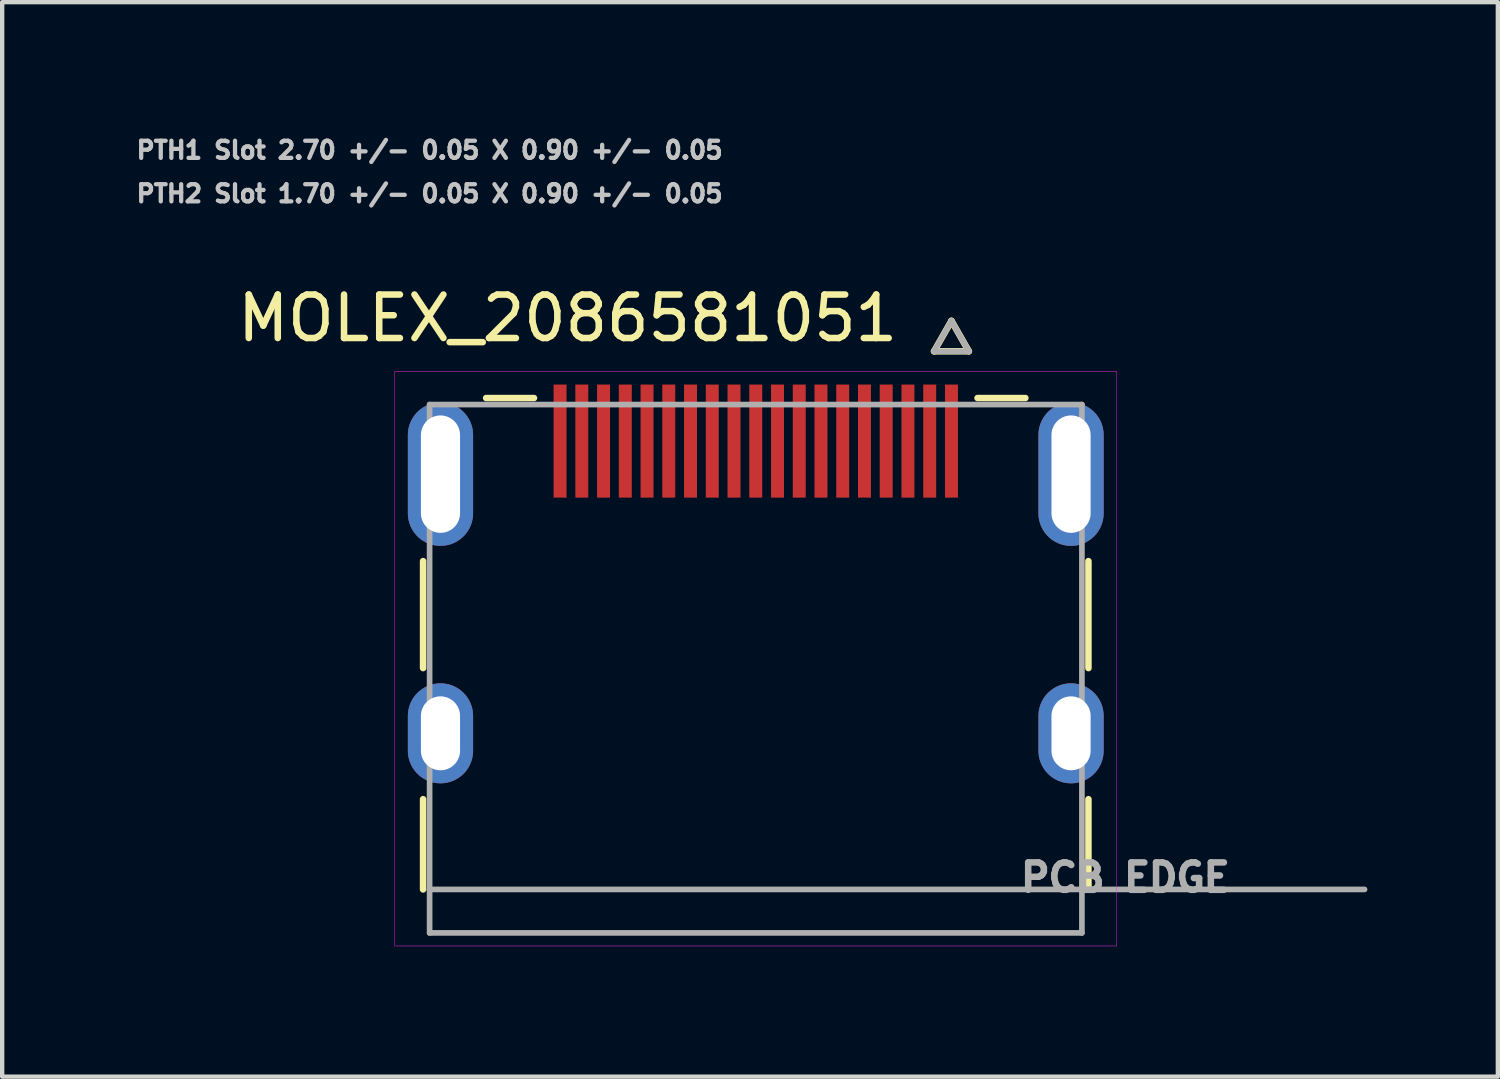
<source format=kicad_pcb>
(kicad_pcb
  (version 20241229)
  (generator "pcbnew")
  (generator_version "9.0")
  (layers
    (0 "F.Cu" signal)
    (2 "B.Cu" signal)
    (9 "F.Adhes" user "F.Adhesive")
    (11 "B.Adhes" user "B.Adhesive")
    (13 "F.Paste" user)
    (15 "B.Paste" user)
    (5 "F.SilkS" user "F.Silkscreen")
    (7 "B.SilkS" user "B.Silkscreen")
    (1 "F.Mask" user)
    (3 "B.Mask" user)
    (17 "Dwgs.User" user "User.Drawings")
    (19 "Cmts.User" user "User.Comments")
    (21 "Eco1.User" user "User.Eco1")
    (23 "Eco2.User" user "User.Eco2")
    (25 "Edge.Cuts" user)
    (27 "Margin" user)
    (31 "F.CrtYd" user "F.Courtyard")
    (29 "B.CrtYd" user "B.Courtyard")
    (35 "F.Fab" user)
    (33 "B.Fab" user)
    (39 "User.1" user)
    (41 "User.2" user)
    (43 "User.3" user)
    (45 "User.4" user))
  (footprint "MOLEX_2086581051"
    (layer "F.Cu")
    (at 14.329 17.403)
    (property "Reference" "MOLEX_2086581051" (at -4.325 -13.135 0) (layer "F.SilkS") (effects (font (size 1 1) (thickness 0.15))))
    (attr smd)
    (fp_poly (pts (xy -4.713 -11.674) (xy -4.287 -11.674) (xy -4.287 -8.947) (xy -4.713 -8.947)) (stroke (width 0.01) (type solid)) (fill yes) (layer "F.Mask"))
    (fp_poly (pts (xy -4.213 -11.674) (xy -3.788 -11.674) (xy -3.788 -8.947) (xy -4.213 -8.947)) (stroke (width 0.01) (type solid)) (fill yes) (layer "F.Mask"))
    (fp_poly (pts (xy -3.712 -11.674) (xy -3.288 -11.674) (xy -3.288 -8.947) (xy -3.712 -8.947)) (stroke (width 0.01) (type solid)) (fill yes) (layer "F.Mask"))
    (fp_poly (pts (xy -3.212 -11.674) (xy -2.788 -11.674) (xy -2.788 -8.947) (xy -3.212 -8.947)) (stroke (width 0.01) (type solid)) (fill yes) (layer "F.Mask"))
    (fp_poly (pts (xy -2.712 -11.674) (xy -2.288 -11.674) (xy -2.288 -8.947) (xy -2.712 -8.947)) (stroke (width 0.01) (type solid)) (fill yes) (layer "F.Mask"))
    (fp_poly (pts (xy -2.212 -11.674) (xy -1.788 -11.674) (xy -1.788 -8.947) (xy -2.212 -8.947)) (stroke (width 0.01) (type solid)) (fill yes) (layer "F.Mask"))
    (fp_poly (pts (xy -1.712 -11.674) (xy -1.288 -11.674) (xy -1.288 -8.947) (xy -1.712 -8.947)) (stroke (width 0.01) (type solid)) (fill yes) (layer "F.Mask"))
    (fp_poly (pts (xy -1.212 -11.674) (xy -0.787 -11.674) (xy -0.787 -8.947) (xy -1.212 -8.947)) (stroke (width 0.01) (type solid)) (fill yes) (layer "F.Mask"))
    (fp_poly (pts (xy -0.713 -11.674) (xy -0.287 -11.674) (xy -0.287 -8.947) (xy -0.713 -8.947)) (stroke (width 0.01) (type solid)) (fill yes) (layer "F.Mask"))
    (fp_poly (pts (xy -0.212 -11.674) (xy 0.212 -11.674) (xy 0.212 -8.947) (xy -0.212 -8.947)) (stroke (width 0.01) (type solid)) (fill yes) (layer "F.Mask"))
    (fp_poly (pts (xy 0.287 -11.674) (xy 0.713 -11.674) (xy 0.713 -8.947) (xy 0.287 -8.947)) (stroke (width 0.01) (type solid)) (fill yes) (layer "F.Mask"))
    (fp_poly (pts (xy 0.787 -11.674) (xy 1.212 -11.674) (xy 1.212 -8.947) (xy 0.787 -8.947)) (stroke (width 0.01) (type solid)) (fill yes) (layer "F.Mask"))
    (fp_poly (pts (xy 1.288 -11.674) (xy 1.712 -11.674) (xy 1.712 -8.947) (xy 1.288 -8.947)) (stroke (width 0.01) (type solid)) (fill yes) (layer "F.Mask"))
    (fp_poly (pts (xy 1.788 -11.674) (xy 2.212 -11.674) (xy 2.212 -8.947) (xy 1.788 -8.947)) (stroke (width 0.01) (type solid)) (fill yes) (layer "F.Mask"))
    (fp_poly (pts (xy 2.288 -11.674) (xy 2.712 -11.674) (xy 2.712 -8.947) (xy 2.288 -8.947)) (stroke (width 0.01) (type solid)) (fill yes) (layer "F.Mask"))
    (fp_poly (pts (xy 2.788 -11.674) (xy 3.212 -11.674) (xy 3.212 -8.947) (xy 2.788 -8.947)) (stroke (width 0.01) (type solid)) (fill yes) (layer "F.Mask"))
    (fp_poly (pts (xy 3.288 -11.674) (xy 3.712 -11.674) (xy 3.712 -8.947) (xy 3.288 -8.947)) (stroke (width 0.01) (type solid)) (fill yes) (layer "F.Mask"))
    (fp_poly (pts (xy 3.788 -11.674) (xy 4.213 -11.674) (xy 4.213 -8.947) (xy 3.788 -8.947)) (stroke (width 0.01) (type solid)) (fill yes) (layer "F.Mask"))
    (fp_poly (pts (xy 4.287 -11.674) (xy 4.713 -11.674) (xy 4.713 -8.947) (xy 4.287 -8.947)) (stroke (width 0.01) (type solid)) (fill yes) (layer "F.Mask"))
    (fp_line (start -7.65 -5.09) (end -7.65 -7.55) (stroke (width 0.15) (type solid)) (layer "F.SilkS"))
    (fp_line (start -7.65 -2.075) (end -7.65 0) (stroke (width 0.15) (type solid)) (layer "F.SilkS"))
    (fp_line (start -6.2 -11.3) (end -5.1 -11.3) (stroke (width 0.15) (type solid)) (layer "F.SilkS"))
    (fp_line (start 4.1 -12.375) (end 4.9 -12.375) (stroke (width 0.15) (type solid)) (layer "F.SilkS"))
    (fp_line (start 4.5 -13.075) (end 4.1 -12.375) (stroke (width 0.15) (type solid)) (layer "F.SilkS"))
    (fp_line (start 4.9 -12.375) (end 4.5 -13.075) (stroke (width 0.15) (type solid)) (layer "F.SilkS"))
    (fp_line (start 5.1 -11.3) (end 6.2 -11.3) (stroke (width 0.15) (type solid)) (layer "F.SilkS"))
    (fp_line (start 7.65 -7.55) (end 7.65 -5.09) (stroke (width 0.15) (type solid)) (layer "F.SilkS"))
    (fp_line (start 7.65 0) (end 7.65 -2.075) (stroke (width 0.15) (type solid)) (layer "F.SilkS"))
    (fp_line (start -8.3 -11.91) (end -8.3 1.3) (stroke (width 0.01) (type solid)) (layer "F.CrtYd"))
    (fp_line (start -8.3 1.3) (end 8.3 1.3) (stroke (width 0.01) (type solid)) (layer "F.CrtYd"))
    (fp_line (start 8.3 -11.91) (end -8.3 -11.91) (stroke (width 0.01) (type solid)) (layer "F.CrtYd"))
    (fp_line (start 8.3 1.3) (end 8.3 -11.91) (stroke (width 0.01) (type solid)) (layer "F.CrtYd"))
    (fp_line (start -7.5 -11.15) (end -7.5 0) (stroke (width 0.13) (type solid)) (layer "F.Fab"))
    (fp_line (start -7.5 0) (end -7.5 1) (stroke (width 0.13) (type solid)) (layer "F.Fab"))
    (fp_line (start -7.5 0) (end 14 0) (stroke (width 0.13) (type solid)) (layer "F.Fab"))
    (fp_line (start -7.5 1) (end 7.5 1) (stroke (width 0.13) (type solid)) (layer "F.Fab"))
    (fp_line (start 4.1 -12.375) (end 4.9 -12.375) (stroke (width 0.13) (type solid)) (layer "F.Fab"))
    (fp_line (start 4.5 -13.075) (end 4.1 -12.375) (stroke (width 0.13) (type solid)) (layer "F.Fab"))
    (fp_line (start 4.9 -12.375) (end 4.5 -13.075) (stroke (width 0.13) (type solid)) (layer "F.Fab"))
    (fp_line (start 7.5 -11.15) (end -7.5 -11.15) (stroke (width 0.13) (type solid)) (layer "F.Fab"))
    (fp_line (start 7.5 1) (end 7.5 -11.15) (stroke (width 0.13) (type solid)) (layer "F.Fab"))
    (fp_text user "PTH2 Slot 1.70 +/- 0.05 X 0.90 +/- 0.05" (at -7.5 -16 0) (layer "Dwgs.User") (effects (font (size 0.394 0.394) (thickness 0.15))))
    (fp_text user "PTH1 Slot 2.70 +/- 0.05 X 0.90 +/- 0.05" (at -7.5 -17 0) (layer "Dwgs.User") (effects (font (size 0.394 0.394) (thickness 0.15))))
    (fp_text user "PCB EDGE" (at 8.5 -0.275 0) (layer "F.Fab") (effects (font (size 0.63 0.63) (thickness 0.15))))
    (pad "1" smd rect (at 4.5 -10.31) (size 0.298 2.6) (layers "F.Cu" "F.Paste"))
    (pad "2" smd rect (at 4 -10.31) (size 0.298 2.6) (layers "F.Cu" "F.Paste"))
    (pad "3" smd rect (at 3.5 -10.31) (size 0.298 2.6) (layers "F.Cu" "F.Paste"))
    (pad "4" smd rect (at 3 -10.31) (size 0.298 2.6) (layers "F.Cu" "F.Paste"))
    (pad "5" smd rect (at 2.5 -10.31) (size 0.298 2.6) (layers "F.Cu" "F.Paste"))
    (pad "6" smd rect (at 2 -10.31) (size 0.298 2.6) (layers "F.Cu" "F.Paste"))
    (pad "7" smd rect (at 1.5 -10.31) (size 0.298 2.6) (layers "F.Cu" "F.Paste"))
    (pad "8" smd rect (at 1 -10.31) (size 0.298 2.6) (layers "F.Cu" "F.Paste"))
    (pad "9" smd rect (at 0.5 -10.31) (size 0.298 2.6) (layers "F.Cu" "F.Paste"))
    (pad "10" smd rect (at 0 -10.31) (size 0.298 2.6) (layers "F.Cu" "F.Paste"))
    (pad "11" smd rect (at -0.5 -10.31) (size 0.298 2.6) (layers "F.Cu" "F.Paste"))
    (pad "12" smd rect (at -1 -10.31) (size 0.298 2.6) (layers "F.Cu" "F.Paste"))
    (pad "13" smd rect (at -1.5 -10.31) (size 0.298 2.6) (layers "F.Cu" "F.Paste"))
    (pad "14" smd rect (at -2 -10.31) (size 0.298 2.6) (layers "F.Cu" "F.Paste"))
    (pad "15" smd rect (at -2.5 -10.31) (size 0.298 2.6) (layers "F.Cu" "F.Paste"))
    (pad "16" smd rect (at -3 -10.31) (size 0.298 2.6) (layers "F.Cu" "F.Paste"))
    (pad "17" smd rect (at -3.5 -10.31) (size 0.298 2.6) (layers "F.Cu" "F.Paste"))
    (pad "18" smd rect (at -4 -10.31) (size 0.298 2.6) (layers "F.Cu" "F.Paste"))
    (pad "19" smd rect (at -4.5 -10.31) (size 0.298 2.6) (layers "F.Cu" "F.Paste"))
    (pad "SH1" thru_hole oval (at 7.25 -9.55) (size 1.5 3.3) (drill oval 0.9 2.7) (layers "*.Cu" "*.Mask"))
    (pad "SH2" thru_hole oval (at -7.25 -9.55) (size 1.5 3.3) (drill oval 0.9 2.7) (layers "*.Cu" "*.Mask"))
    (pad "SH3" thru_hole oval (at 7.25 -3.59) (size 1.5 2.3) (drill oval 0.9 1.7) (layers "*.Cu" "*.Mask"))
    (pad "SH4" thru_hole oval (at -7.25 -3.59) (size 1.5 2.3) (drill oval 0.9 1.7) (layers "*.Cu" "*.Mask")))
  (gr_rect
    (start -3 -3)
    (end 31.394 21.708)
    (stroke (width 0.1) (type default))
    (fill no)
    (layer "Edge.Cuts")))
</source>
